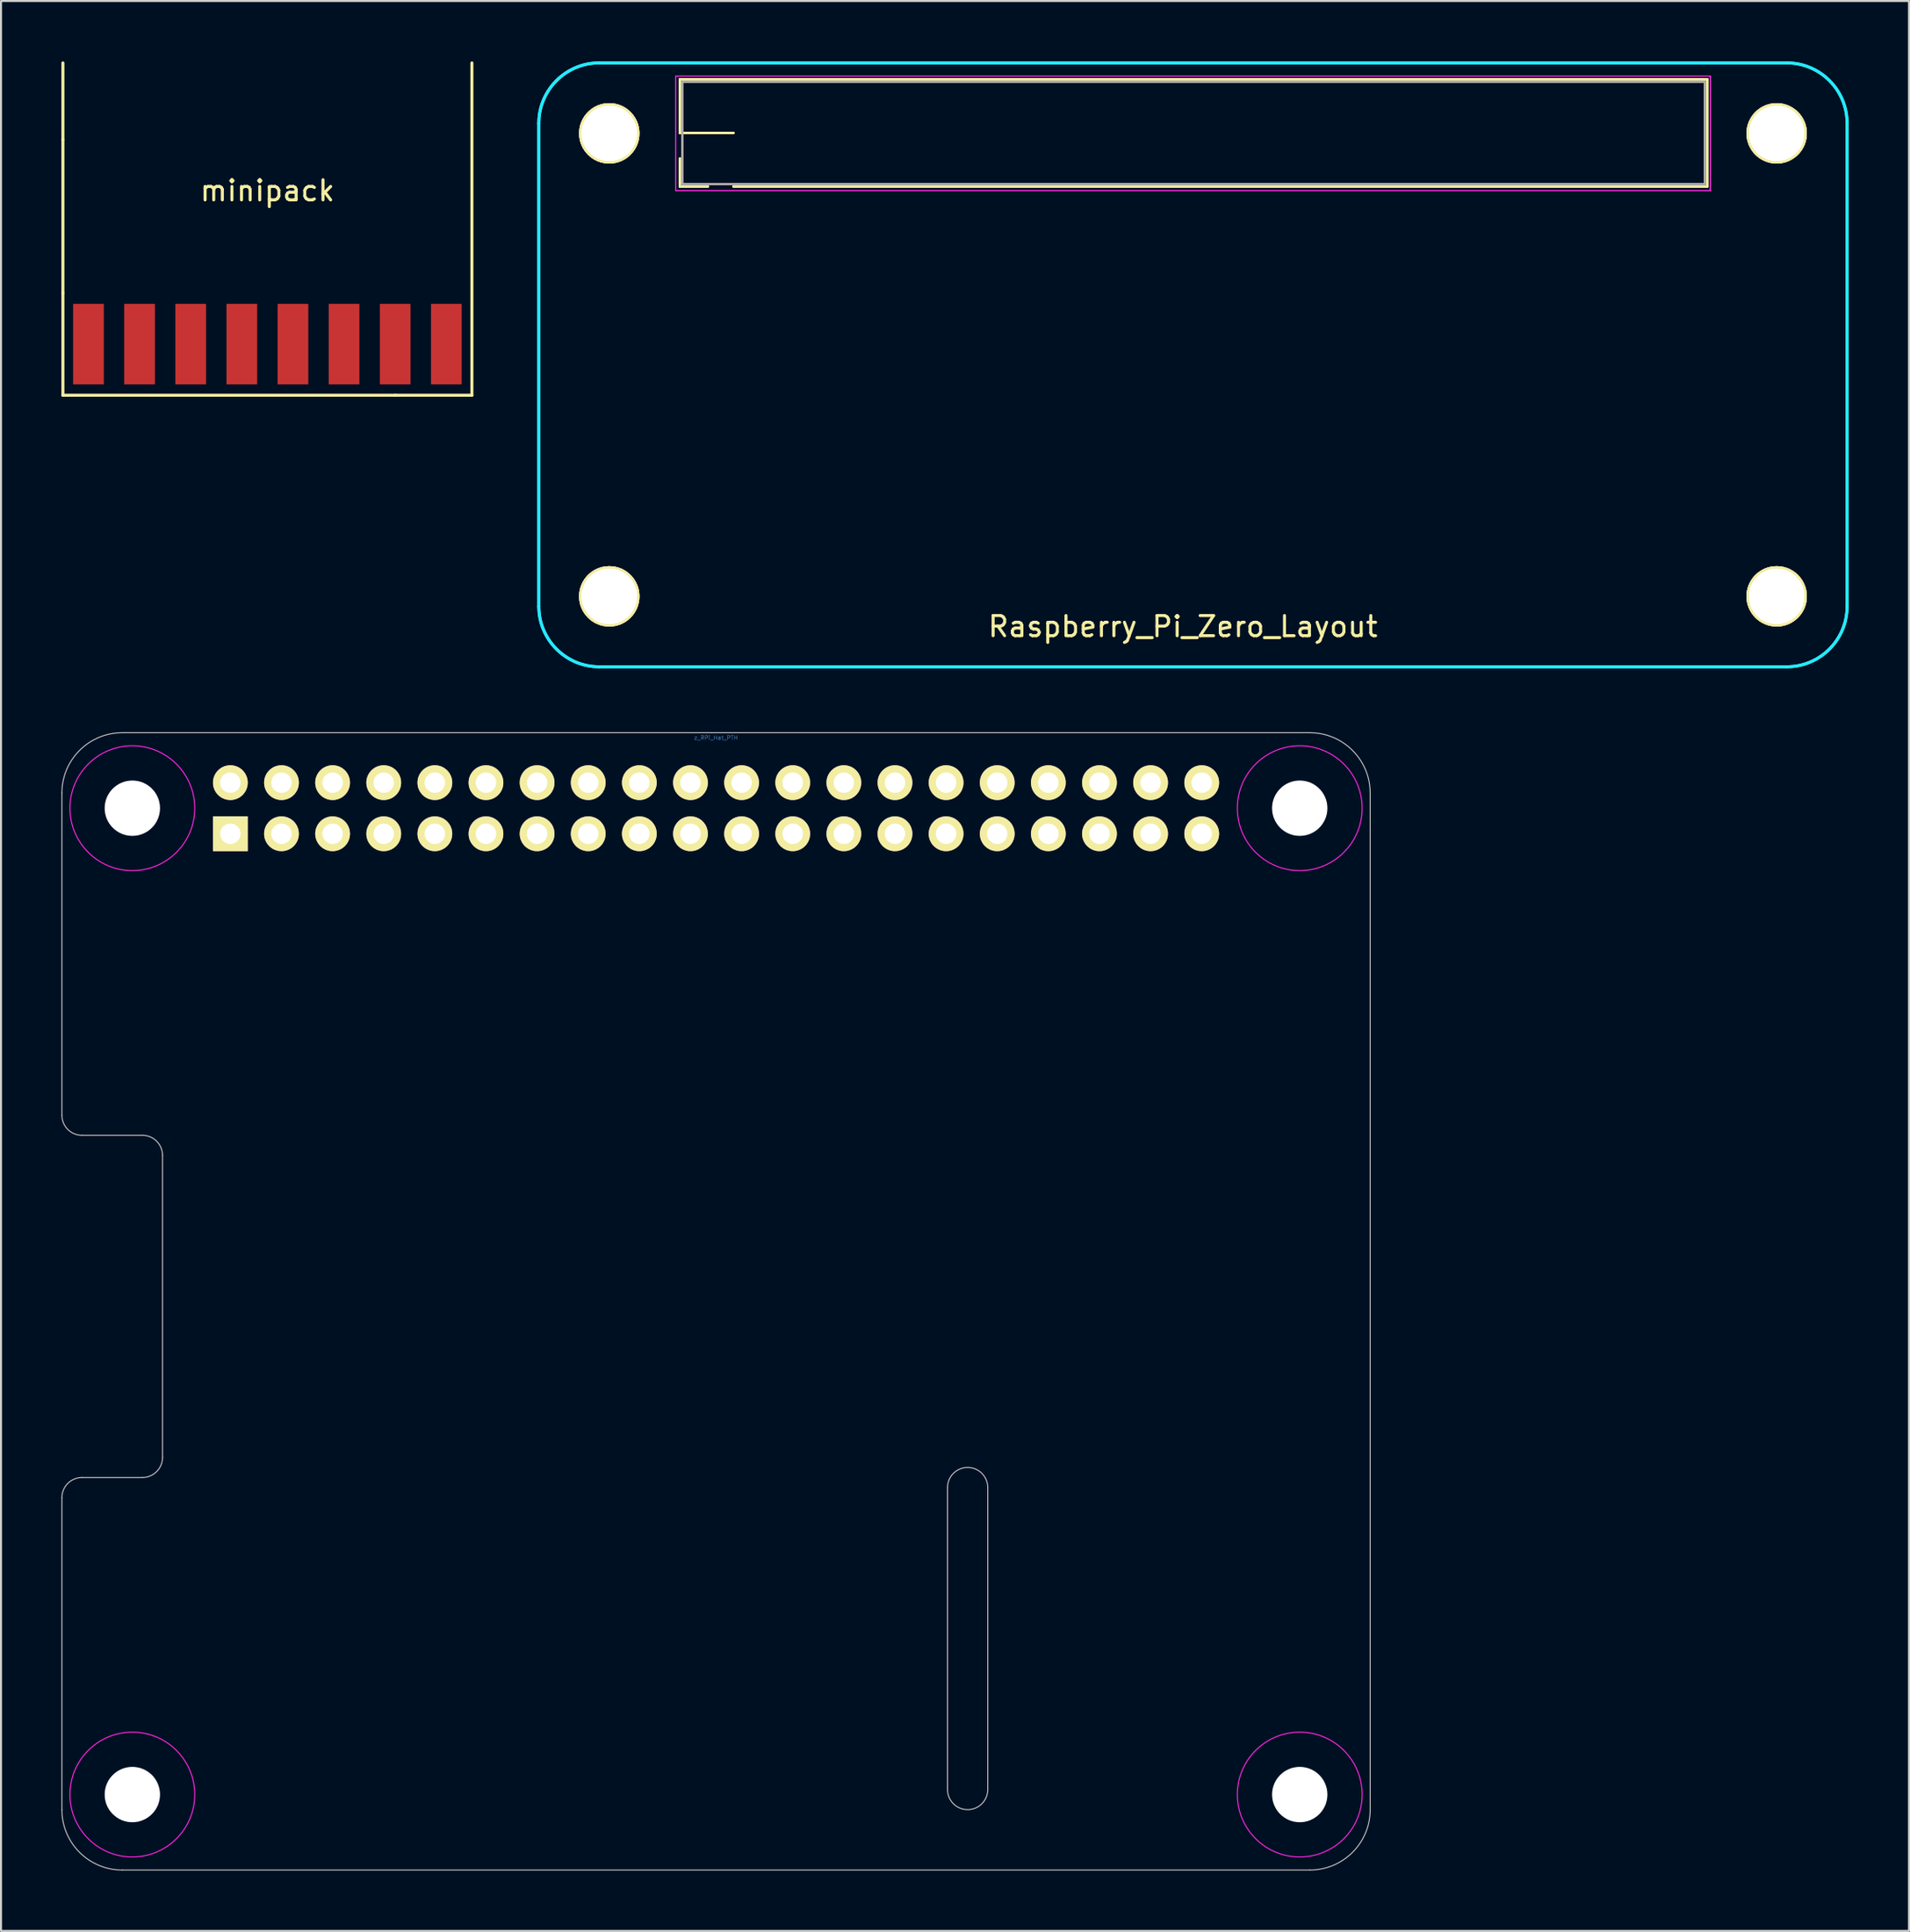
<source format=kicad_pcb>
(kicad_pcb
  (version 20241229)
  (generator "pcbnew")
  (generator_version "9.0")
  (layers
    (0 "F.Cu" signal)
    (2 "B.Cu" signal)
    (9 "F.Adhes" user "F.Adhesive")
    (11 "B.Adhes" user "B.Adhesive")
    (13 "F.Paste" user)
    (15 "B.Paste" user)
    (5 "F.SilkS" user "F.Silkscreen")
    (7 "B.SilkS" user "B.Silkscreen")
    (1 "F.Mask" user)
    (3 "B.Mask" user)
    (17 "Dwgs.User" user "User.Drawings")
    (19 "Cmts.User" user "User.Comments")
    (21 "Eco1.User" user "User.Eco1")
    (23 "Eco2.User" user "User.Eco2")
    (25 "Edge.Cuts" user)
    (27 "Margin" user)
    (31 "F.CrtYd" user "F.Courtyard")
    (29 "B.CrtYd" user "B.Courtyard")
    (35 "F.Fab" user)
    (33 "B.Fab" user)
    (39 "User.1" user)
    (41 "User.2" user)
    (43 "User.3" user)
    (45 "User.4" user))
  (footprint "Raspberry_Pi_Zero_Layout"
    (layer "F.Cu")
    (at 23.72 30.075)
    (property "Reference" "Raspberry_Pi_Zero_Layout" (at 32 -2 0) (layer "F.SilkS") (effects (font (size 1 1) (thickness 0.15))))
    (attr through_hole)
    (fp_line (start 7.01 -29.18) (end 7.01 -26.52) (stroke (width 0.12) (type solid)) (layer "F.SilkS"))
    (fp_line (start 7.01 -29.18) (end 7.01 -26.52) (stroke (width 0.12) (type solid)) (layer "F.SilkS"))
    (fp_line (start 7.01 -26.52) (end 9.67 -26.52) (stroke (width 0.12) (type solid)) (layer "F.SilkS"))
    (fp_line (start 7.01 -26.52) (end 9.67 -26.52) (stroke (width 0.12) (type solid)) (layer "F.SilkS"))
    (fp_line (start 7.01 -23.86) (end 7.01 -25.25) (stroke (width 0.12) (type solid)) (layer "F.SilkS"))
    (fp_line (start 7.01 -23.86) (end 7.01 -25.25) (stroke (width 0.12) (type solid)) (layer "F.SilkS"))
    (fp_line (start 8.4 -23.86) (end 7.01 -23.86) (stroke (width 0.12) (type solid)) (layer "F.SilkS"))
    (fp_line (start 8.4 -23.86) (end 7.01 -23.86) (stroke (width 0.12) (type solid)) (layer "F.SilkS"))
    (fp_line (start 9.67 -23.86) (end 58.05 -23.86) (stroke (width 0.12) (type solid)) (layer "F.SilkS"))
    (fp_line (start 9.67 -23.86) (end 58.05 -23.86) (stroke (width 0.12) (type solid)) (layer "F.SilkS"))
    (fp_line (start 58.05 -29.18) (end 7.01 -29.18) (stroke (width 0.12) (type solid)) (layer "F.SilkS"))
    (fp_line (start 58.05 -29.18) (end 7.01 -29.18) (stroke (width 0.12) (type solid)) (layer "F.SilkS"))
    (fp_line (start 58.05 -23.86) (end 58.05 -29.18) (stroke (width 0.12) (type solid)) (layer "F.SilkS"))
    (fp_line (start 58.05 -23.86) (end 58.05 -29.18) (stroke (width 0.12) (type solid)) (layer "F.SilkS"))
    (fp_line (start 0 -3) (end 0 -27) (stroke (width 0.15) (type solid)) (layer "B.CrtYd"))
    (fp_line (start 0 -3) (end 0 -27) (stroke (width 0.15) (type solid)) (layer "B.CrtYd"))
    (fp_line (start 3 -30) (end 62 -30) (stroke (width 0.15) (type solid)) (layer "B.CrtYd"))
    (fp_line (start 3 -30) (end 62 -30) (stroke (width 0.15) (type solid)) (layer "B.CrtYd"))
    (fp_line (start 62 0) (end 3 0) (stroke (width 0.15) (type solid)) (layer "B.CrtYd"))
    (fp_line (start 62 0) (end 3 0) (stroke (width 0.15) (type solid)) (layer "B.CrtYd"))
    (fp_line (start 65 -27) (end 65 -3) (stroke (width 0.15) (type solid)) (layer "B.CrtYd"))
    (fp_line (start 65 -27) (end 65 -3) (stroke (width 0.15) (type solid)) (layer "B.CrtYd"))
    (fp_arc (start 0 -27) (mid 0.87868 -29.12132) (end 3 -30) (stroke (width 0.15) (type solid)) (layer "B.CrtYd"))
    (fp_arc (start 0 -27) (mid 0.87868 -29.12132) (end 3 -30) (stroke (width 0.15) (type solid)) (layer "B.CrtYd"))
    (fp_arc (start 3 0) (mid 0.87868 -0.87868) (end 0 -3) (stroke (width 0.15) (type solid)) (layer "B.CrtYd"))
    (fp_arc (start 3 0) (mid 0.87868 -0.87868) (end 0 -3) (stroke (width 0.15) (type solid)) (layer "B.CrtYd"))
    (fp_arc (start 62 -30) (mid 64.12132 -29.12132) (end 65 -27) (stroke (width 0.15) (type solid)) (layer "B.CrtYd"))
    (fp_arc (start 62 -30) (mid 64.12132 -29.12132) (end 65 -27) (stroke (width 0.15) (type solid)) (layer "B.CrtYd"))
    (fp_arc (start 65 -3) (mid 64.12132 -0.87868) (end 62 0) (stroke (width 0.15) (type solid)) (layer "B.CrtYd"))
    (fp_arc (start 65 -3) (mid 64.12132 -0.87868) (end 62 0) (stroke (width 0.15) (type solid)) (layer "B.CrtYd"))
    (fp_line (start 6.8 -29.35) (end 6.8 -23.65) (stroke (width 0.05) (type solid)) (layer "F.CrtYd"))
    (fp_line (start 6.8 -29.35) (end 6.8 -23.65) (stroke (width 0.05) (type solid)) (layer "F.CrtYd"))
    (fp_line (start 6.8 -23.65) (end 58.2 -23.65) (stroke (width 0.05) (type solid)) (layer "F.CrtYd"))
    (fp_line (start 6.8 -23.65) (end 58.2 -23.65) (stroke (width 0.05) (type solid)) (layer "F.CrtYd"))
    (fp_line (start 58.2 -29.35) (end 6.8 -29.35) (stroke (width 0.05) (type solid)) (layer "F.CrtYd"))
    (fp_line (start 58.2 -29.35) (end 6.8 -29.35) (stroke (width 0.05) (type solid)) (layer "F.CrtYd"))
    (fp_line (start 58.2 -23.65) (end 58.2 -29.35) (stroke (width 0.05) (type solid)) (layer "F.CrtYd"))
    (fp_line (start 58.2 -23.65) (end 58.2 -29.35) (stroke (width 0.05) (type solid)) (layer "F.CrtYd"))
    (fp_line (start 7.13 -29.06) (end 7.13 -23.98) (stroke (width 0.1) (type solid)) (layer "F.Fab"))
    (fp_line (start 7.13 -29.06) (end 7.13 -23.98) (stroke (width 0.1) (type solid)) (layer "F.Fab"))
    (fp_line (start 7.13 -23.98) (end 57.93 -23.98) (stroke (width 0.1) (type solid)) (layer "F.Fab"))
    (fp_line (start 7.13 -23.98) (end 57.93 -23.98) (stroke (width 0.1) (type solid)) (layer "F.Fab"))
    (fp_line (start 57.93 -29.06) (end 7.13 -29.06) (stroke (width 0.1) (type solid)) (layer "F.Fab"))
    (fp_line (start 57.93 -29.06) (end 7.13 -29.06) (stroke (width 0.1) (type solid)) (layer "F.Fab"))
    (fp_line (start 57.93 -23.98) (end 57.93 -29.06) (stroke (width 0.1) (type solid)) (layer "F.Fab"))
    (fp_line (start 57.93 -23.98) (end 57.93 -29.06) (stroke (width 0.1) (type solid)) (layer "F.Fab"))
    (pad "" np_thru_hole circle (at 3.5 -26.5) (size 3 3) (drill 2.75) (layers "*.Cu" "*.Mask" "F.SilkS"))
    (pad "" np_thru_hole circle (at 3.5 -26.5) (size 3 3) (drill 2.75) (layers "*.Cu" "*.Mask" "F.SilkS"))
    (pad "" np_thru_hole circle (at 3.5 -3.5) (size 3 3) (drill 2.75) (layers "*.Cu" "*.Mask" "F.SilkS"))
    (pad "" np_thru_hole circle (at 3.5 -3.5) (size 3 3) (drill 2.75) (layers "*.Cu" "*.Mask" "F.SilkS"))
    (pad "" np_thru_hole circle (at 61.5 -26.5) (size 3 3) (drill 2.75) (layers "*.Cu" "*.Mask" "F.SilkS"))
    (pad "" np_thru_hole circle (at 61.5 -26.5) (size 3 3) (drill 2.75) (layers "*.Cu" "*.Mask" "F.SilkS"))
    (pad "" np_thru_hole circle (at 61.5 -3.5) (size 3 3) (drill 2.75) (layers "*.Cu" "*.Mask" "F.SilkS"))
    (pad "" np_thru_hole circle (at 61.5 -3.5) (size 3 3) (drill 2.75) (layers "*.Cu" "*.Mask" "F.SilkS")))
  (footprint "z_RPi_Hat_PTH"
    (layer "F.Cu")
    (at 32.525 61.6)
    (property "Reference" "z_RPi_Hat_PTH" (at 0 -28 0) (layer "Cmts.User") (effects (font (size 0.2 0.2) (thickness 0.02))))
    (attr through_hole)
    (fp_line (start -32.5 -25.25) (end -32.5 -9.25) (stroke (width 0.05) (type solid)) (layer "Dwgs.User"))
    (fp_line (start -32.5 9.75) (end -32.5 25.25) (stroke (width 0.05) (type solid)) (layer "Dwgs.User"))
    (fp_line (start -31.5 -8.25) (end -28.5 -8.25) (stroke (width 0.05) (type solid)) (layer "Dwgs.User"))
    (fp_line (start -31.5 8.75) (end -28.5 8.75) (stroke (width 0.05) (type solid)) (layer "Dwgs.User"))
    (fp_line (start -29.5 -28.25) (end 29.5 -28.25) (stroke (width 0.05) (type solid)) (layer "Dwgs.User"))
    (fp_line (start -29.5 28.25) (end 29.5 28.25) (stroke (width 0.05) (type solid)) (layer "Dwgs.User"))
    (fp_line (start -27.5 -7.25) (end -27.5 7.75) (stroke (width 0.05) (type solid)) (layer "Dwgs.User"))
    (fp_line (start 11.5 9.25) (end 11.5 24.25) (stroke (width 0.05) (type solid)) (layer "Dwgs.User"))
    (fp_line (start 13.5 9.25) (end 13.5 24.25) (stroke (width 0.05) (type solid)) (layer "Dwgs.User"))
    (fp_line (start 32.5 -25.25) (end 32.5 25.25) (stroke (width 0.05) (type solid)) (layer "Dwgs.User"))
    (fp_arc (start -32.5 -25.25) (mid -31.62132 -27.37132) (end -29.5 -28.25) (stroke (width 0.05) (type solid)) (layer "Dwgs.User"))
    (fp_arc (start -32.5 9.75) (mid -32.207107 9.042893) (end -31.5 8.75) (stroke (width 0.05) (type solid)) (layer "Dwgs.User"))
    (fp_arc (start -31.5 -8.25) (mid -32.207107 -8.542893) (end -32.5 -9.25) (stroke (width 0.05) (type solid)) (layer "Dwgs.User"))
    (fp_arc (start -29.5 28.25) (mid -31.62132 27.37132) (end -32.5 25.25) (stroke (width 0.05) (type solid)) (layer "Dwgs.User"))
    (fp_arc (start -28.5 -8.25) (mid -27.792893 -7.957107) (end -27.5 -7.25) (stroke (width 0.05) (type solid)) (layer "Dwgs.User"))
    (fp_arc (start -27.5 7.75) (mid -27.792893 8.457107) (end -28.5 8.75) (stroke (width 0.05) (type solid)) (layer "Dwgs.User"))
    (fp_arc (start 11.5 9.25) (mid 12.5 8.25) (end 13.5 9.25) (stroke (width 0.05) (type solid)) (layer "Dwgs.User"))
    (fp_arc (start 13.5 24.25) (mid 12.5 25.25) (end 11.5 24.25) (stroke (width 0.05) (type solid)) (layer "Dwgs.User"))
    (fp_arc (start 29.5 -28.25) (mid 31.62132 -27.37132) (end 32.5 -25.25) (stroke (width 0.05) (type solid)) (layer "Dwgs.User"))
    (fp_arc (start 32.5 25.25) (mid 31.62132 27.37132) (end 29.5 28.25) (stroke (width 0.05) (type solid)) (layer "Dwgs.User"))
    (fp_circle (center -29 -24.5) (end -32.1 -24.5) (stroke (width 0.05) (type solid)) (fill no) (layer "F.CrtYd"))
    (fp_circle (center -29 24.5) (end -32.1 24.5) (stroke (width 0.05) (type solid)) (fill no) (layer "F.CrtYd"))
    (fp_circle (center 29 -24.5) (end 25.9 -24.5) (stroke (width 0.05) (type solid)) (fill no) (layer "F.CrtYd"))
    (fp_circle (center 29 24.5) (end 25.9 24.5) (stroke (width 0.05) (type solid)) (fill no) (layer "F.CrtYd"))
    (pad "" np_thru_hole circle (at -29 -24.5) (size 2.75 2.75) (drill 2.75) (layers "*.Cu" "*.Mask"))
    (pad "" np_thru_hole circle (at -29 24.5) (size 2.75 2.75) (drill 2.75) (layers "*.Cu" "*.Mask"))
    (pad "" np_thru_hole circle (at 29 -24.5) (size 2.75 2.75) (drill 2.75) (layers "*.Cu" "*.Mask"))
    (pad "" np_thru_hole circle (at 29 24.5) (size 2.75 2.75) (drill 2.75) (layers "*.Cu" "*.Mask"))
    (pad "1" thru_hole rect (at -24.13 -23.23 180) (size 1.727 1.727) (drill 1.016) (layers "*.Cu" "*.Mask" "F.SilkS"))
    (pad "2" thru_hole circle (at -24.13 -25.77 180) (size 1.727 1.727) (drill 1.016) (layers "*.Cu" "*.Mask" "F.SilkS"))
    (pad "3" thru_hole circle (at -21.59 -23.23 180) (size 1.727 1.727) (drill 1.016) (layers "*.Cu" "*.Mask" "F.SilkS"))
    (pad "4" thru_hole circle (at -21.59 -25.77 180) (size 1.727 1.727) (drill 1.016) (layers "*.Cu" "*.Mask" "F.SilkS"))
    (pad "5" thru_hole circle (at -19.05 -23.23 180) (size 1.727 1.727) (drill 1.016) (layers "*.Cu" "*.Mask" "F.SilkS"))
    (pad "6" thru_hole circle (at -19.05 -25.77 180) (size 1.727 1.727) (drill 1.016) (layers "*.Cu" "*.Mask" "F.SilkS"))
    (pad "7" thru_hole circle (at -16.51 -23.23 180) (size 1.727 1.727) (drill 1.016) (layers "*.Cu" "*.Mask" "F.SilkS"))
    (pad "8" thru_hole circle (at -16.51 -25.77 180) (size 1.727 1.727) (drill 1.016) (layers "*.Cu" "*.Mask" "F.SilkS"))
    (pad "9" thru_hole circle (at -13.97 -23.23 180) (size 1.727 1.727) (drill 1.016) (layers "*.Cu" "*.Mask" "F.SilkS"))
    (pad "10" thru_hole circle (at -13.97 -25.77 180) (size 1.727 1.727) (drill 1.016) (layers "*.Cu" "*.Mask" "F.SilkS"))
    (pad "11" thru_hole circle (at -11.43 -23.23 180) (size 1.727 1.727) (drill 1.016) (layers "*.Cu" "*.Mask" "F.SilkS"))
    (pad "12" thru_hole circle (at -11.43 -25.77 180) (size 1.727 1.727) (drill 1.016) (layers "*.Cu" "*.Mask" "F.SilkS"))
    (pad "13" thru_hole circle (at -8.89 -23.23 180) (size 1.727 1.727) (drill 1.016) (layers "*.Cu" "*.Mask" "F.SilkS"))
    (pad "14" thru_hole circle (at -8.89 -25.77 180) (size 1.727 1.727) (drill 1.016) (layers "*.Cu" "*.Mask" "F.SilkS"))
    (pad "15" thru_hole circle (at -6.35 -23.23 180) (size 1.727 1.727) (drill 1.016) (layers "*.Cu" "*.Mask" "F.SilkS"))
    (pad "16" thru_hole circle (at -6.35 -25.77 180) (size 1.727 1.727) (drill 1.016) (layers "*.Cu" "*.Mask" "F.SilkS"))
    (pad "17" thru_hole circle (at -3.81 -23.23 180) (size 1.727 1.727) (drill 1.016) (layers "*.Cu" "*.Mask" "F.SilkS"))
    (pad "18" thru_hole circle (at -3.81 -25.77 180) (size 1.727 1.727) (drill 1.016) (layers "*.Cu" "*.Mask" "F.SilkS"))
    (pad "19" thru_hole circle (at -1.27 -23.23 180) (size 1.727 1.727) (drill 1.016) (layers "*.Cu" "*.Mask" "F.SilkS"))
    (pad "20" thru_hole circle (at -1.27 -25.77 180) (size 1.727 1.727) (drill 1.016) (layers "*.Cu" "*.Mask" "F.SilkS"))
    (pad "21" thru_hole circle (at 1.27 -23.23 180) (size 1.727 1.727) (drill 1.016) (layers "*.Cu" "*.Mask" "F.SilkS"))
    (pad "22" thru_hole circle (at 1.27 -25.77 180) (size 1.727 1.727) (drill 1.016) (layers "*.Cu" "*.Mask" "F.SilkS"))
    (pad "23" thru_hole circle (at 3.81 -23.23 180) (size 1.727 1.727) (drill 1.016) (layers "*.Cu" "*.Mask" "F.SilkS"))
    (pad "24" thru_hole circle (at 3.81 -25.77 180) (size 1.727 1.727) (drill 1.016) (layers "*.Cu" "*.Mask" "F.SilkS"))
    (pad "25" thru_hole circle (at 6.35 -23.23 180) (size 1.727 1.727) (drill 1.016) (layers "*.Cu" "*.Mask" "F.SilkS"))
    (pad "26" thru_hole circle (at 6.35 -25.77 180) (size 1.727 1.727) (drill 1.016) (layers "*.Cu" "*.Mask" "F.SilkS"))
    (pad "27" thru_hole circle (at 8.89 -23.23 180) (size 1.727 1.727) (drill 1.016) (layers "*.Cu" "*.Mask" "F.SilkS"))
    (pad "28" thru_hole circle (at 8.89 -25.77 180) (size 1.727 1.727) (drill 1.016) (layers "*.Cu" "*.Mask" "F.SilkS"))
    (pad "29" thru_hole circle (at 11.43 -23.23 180) (size 1.727 1.727) (drill 1.016) (layers "*.Cu" "*.Mask" "F.SilkS"))
    (pad "30" thru_hole circle (at 11.43 -25.77 180) (size 1.727 1.727) (drill 1.016) (layers "*.Cu" "*.Mask" "F.SilkS"))
    (pad "31" thru_hole circle (at 13.97 -23.23 180) (size 1.727 1.727) (drill 1.016) (layers "*.Cu" "*.Mask" "F.SilkS"))
    (pad "32" thru_hole circle (at 13.97 -25.77 180) (size 1.727 1.727) (drill 1.016) (layers "*.Cu" "*.Mask" "F.SilkS"))
    (pad "33" thru_hole circle (at 16.51 -23.23 180) (size 1.727 1.727) (drill 1.016) (layers "*.Cu" "*.Mask" "F.SilkS"))
    (pad "34" thru_hole circle (at 16.51 -25.77 180) (size 1.727 1.727) (drill 1.016) (layers "*.Cu" "*.Mask" "F.SilkS"))
    (pad "35" thru_hole circle (at 19.05 -23.23 180) (size 1.727 1.727) (drill 1.016) (layers "*.Cu" "*.Mask" "F.SilkS"))
    (pad "36" thru_hole circle (at 19.05 -25.77 180) (size 1.727 1.727) (drill 1.016) (layers "*.Cu" "*.Mask" "F.SilkS"))
    (pad "37" thru_hole circle (at 21.59 -23.23 180) (size 1.727 1.727) (drill 1.016) (layers "*.Cu" "*.Mask" "F.SilkS"))
    (pad "38" thru_hole circle (at 21.59 -25.77 180) (size 1.727 1.727) (drill 1.016) (layers "*.Cu" "*.Mask" "F.SilkS"))
    (pad "39" thru_hole circle (at 24.13 -23.23 180) (size 1.727 1.727) (drill 1.016) (layers "*.Cu" "*.Mask" "F.SilkS"))
    (pad "40" thru_hole circle (at 24.13 -25.77 180) (size 1.727 1.727) (drill 1.016) (layers "*.Cu" "*.Mask" "F.SilkS")))
  (footprint "minipack"
    (layer "F.Cu")
    (at 10.235 11.505)
    (property "Reference" "minipack" (at 0 -5.08 0) (layer "F.SilkS") (effects (font (size 1 1) (thickness 0.15))))
    (attr through_hole)
    (fp_line (start -10.16 -11.43) (end -10.16 -7.62) (stroke (width 0.15) (type solid)) (layer "F.SilkS"))
    (fp_line (start -10.16 -7.62) (end -10.16 0) (stroke (width 0.15) (type solid)) (layer "F.SilkS"))
    (fp_line (start -10.16 0) (end -10.16 5.08) (stroke (width 0.15) (type solid)) (layer "F.SilkS"))
    (fp_line (start -10.16 5.08) (end 6.35 5.08) (stroke (width 0.15) (type solid)) (layer "F.SilkS"))
    (fp_line (start 6.35 5.08) (end 10.16 5.08) (stroke (width 0.15) (type solid)) (layer "F.SilkS"))
    (fp_line (start 10.16 5.08) (end 10.16 -11.43) (stroke (width 0.15) (type solid)) (layer "F.SilkS"))
    (pad "1" smd rect (at -8.89 2.54) (size 1.524 4) (layers "F.Cu" "F.Mask" "F.Paste"))
    (pad "2" smd rect (at -6.35 2.54) (size 1.524 4) (layers "F.Cu" "F.Mask" "F.Paste"))
    (pad "3" smd rect (at -3.81 2.54) (size 1.524 4) (layers "F.Cu" "F.Mask" "F.Paste"))
    (pad "4" smd rect (at -1.27 2.54) (size 1.524 4) (layers "F.Cu" "F.Mask" "F.Paste"))
    (pad "5" smd rect (at 1.27 2.54) (size 1.524 4) (layers "F.Cu" "F.Mask" "F.Paste"))
    (pad "6" smd rect (at 3.81 2.54) (size 1.524 4) (layers "F.Cu" "F.Mask" "F.Paste"))
    (pad "7" smd rect (at 6.35 2.54) (size 1.524 4) (layers "F.Cu" "F.Mask" "F.Paste"))
    (pad "8" smd rect (at 8.89 2.54) (size 1.524 4) (layers "F.Cu" "F.Mask" "F.Paste")))
  (gr_rect
    (start -3 -3)
    (end 91.795 92.875)
    (stroke (width 0.1) (type default))
    (fill no)
    (layer "Edge.Cuts")))
</source>
